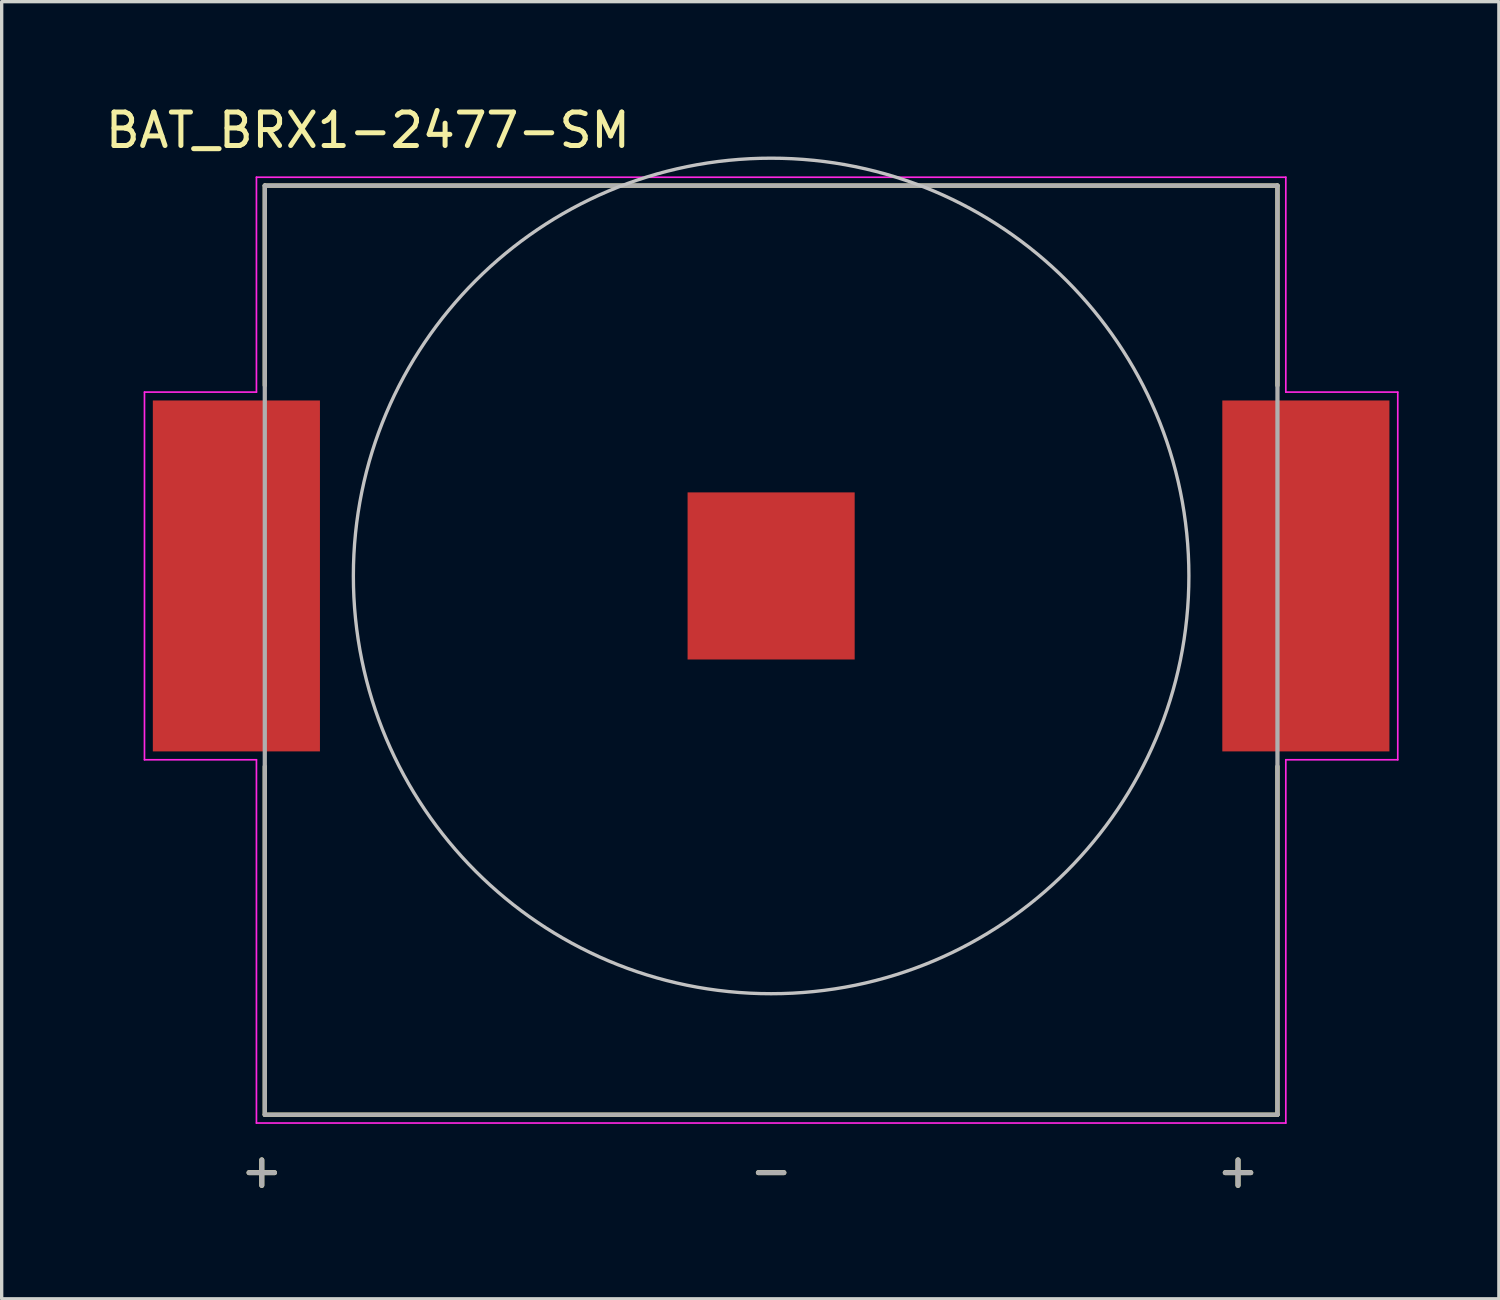
<source format=kicad_pcb>
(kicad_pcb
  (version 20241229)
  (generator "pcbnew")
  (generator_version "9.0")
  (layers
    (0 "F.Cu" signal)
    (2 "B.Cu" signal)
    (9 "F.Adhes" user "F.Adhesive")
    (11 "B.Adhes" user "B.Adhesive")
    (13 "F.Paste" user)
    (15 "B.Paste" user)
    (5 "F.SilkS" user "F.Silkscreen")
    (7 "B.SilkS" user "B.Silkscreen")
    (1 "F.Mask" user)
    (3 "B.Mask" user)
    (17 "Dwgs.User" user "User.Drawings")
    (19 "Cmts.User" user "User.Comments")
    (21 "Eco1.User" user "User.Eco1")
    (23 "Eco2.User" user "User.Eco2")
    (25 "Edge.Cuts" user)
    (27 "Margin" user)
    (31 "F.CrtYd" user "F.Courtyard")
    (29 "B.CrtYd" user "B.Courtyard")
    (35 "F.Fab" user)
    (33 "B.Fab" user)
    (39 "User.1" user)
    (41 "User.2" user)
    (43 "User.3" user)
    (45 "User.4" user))
  (footprint "BAT_BRX1-2477-SM"
    (layer "F.Cu")
    (at 20.023 14.183)
    (property "Reference" "BAT_BRX1-2477-SM" (at -12.065 -13.335 0) (layer "F.SilkS") (effects (font (size 1 1) (thickness 0.15))))
    (attr smd)
    (fp_line (start -15.15 -11.68) (end -15.15 -5.7) (stroke (width 0.127) (type solid)) (layer "F.SilkS"))
    (fp_line (start -15.15 5.7) (end -15.15 16.12) (stroke (width 0.127) (type solid)) (layer "F.SilkS"))
    (fp_line (start -15.15 16.12) (end 15.15 16.12) (stroke (width 0.127) (type solid)) (layer "F.SilkS"))
    (fp_line (start 15.15 -11.68) (end -15.15 -11.68) (stroke (width 0.127) (type solid)) (layer "F.SilkS"))
    (fp_line (start 15.15 -5.7) (end 15.15 -11.68) (stroke (width 0.127) (type solid)) (layer "F.SilkS"))
    (fp_line (start 15.15 16.12) (end 15.15 5.7) (stroke (width 0.127) (type solid)) (layer "F.SilkS"))
    (fp_circle (center 0 0) (end 12.5 0) (stroke (width 0.1) (type default)) (fill no) (layer "Dwgs.User"))
    (fp_line (start -18.75 -5.5) (end -15.4 -5.5) (stroke (width 0.05) (type solid)) (layer "F.CrtYd"))
    (fp_line (start -18.75 5.5) (end -18.75 -5.5) (stroke (width 0.05) (type solid)) (layer "F.CrtYd"))
    (fp_line (start -15.4 -11.93) (end 15.4 -11.93) (stroke (width 0.05) (type solid)) (layer "F.CrtYd"))
    (fp_line (start -15.4 -5.5) (end -15.4 -11.93) (stroke (width 0.05) (type solid)) (layer "F.CrtYd"))
    (fp_line (start -15.4 5.5) (end -18.75 5.5) (stroke (width 0.05) (type solid)) (layer "F.CrtYd"))
    (fp_line (start -15.4 16.37) (end -15.4 5.5) (stroke (width 0.05) (type solid)) (layer "F.CrtYd"))
    (fp_line (start 15.4 -11.93) (end 15.4 -5.5) (stroke (width 0.05) (type solid)) (layer "F.CrtYd"))
    (fp_line (start 15.4 -5.5) (end 18.75 -5.5) (stroke (width 0.05) (type solid)) (layer "F.CrtYd"))
    (fp_line (start 15.4 5.5) (end 15.4 16.37) (stroke (width 0.05) (type solid)) (layer "F.CrtYd"))
    (fp_line (start 15.4 16.37) (end -15.4 16.37) (stroke (width 0.05) (type solid)) (layer "F.CrtYd"))
    (fp_line (start 18.75 -5.5) (end 18.75 5.5) (stroke (width 0.05) (type solid)) (layer "F.CrtYd"))
    (fp_line (start 18.75 5.5) (end 15.4 5.5) (stroke (width 0.05) (type solid)) (layer "F.CrtYd"))
    (fp_line (start -15.15 -11.68) (end -15.15 16.12) (stroke (width 0.127) (type solid)) (layer "F.Fab"))
    (fp_line (start -15.15 16.12) (end 15.15 16.12) (stroke (width 0.127) (type solid)) (layer "F.Fab"))
    (fp_line (start 15.15 -11.68) (end -15.15 -11.68) (stroke (width 0.127) (type solid)) (layer "F.Fab"))
    (fp_line (start 15.15 16.12) (end 15.15 -11.68) (stroke (width 0.127) (type solid)) (layer "F.Fab"))
    (fp_text user "-" (at 0 17.78 0) (layer "F.SilkS") (effects (font (size 1 1) (thickness 0.15))))
    (fp_text user "+" (at 13.97 17.78 0) (layer "F.SilkS") (effects (font (size 1 1) (thickness 0.15))))
    (fp_text user "+" (at -15.24 17.78 0) (layer "F.SilkS") (effects (font (size 1 1) (thickness 0.15))))
    (fp_text user "+" (at 13.97 17.78 0) (layer "F.Fab") (effects (font (size 1 1) (thickness 0.15))))
    (fp_text user "+" (at -15.24 17.78 0) (layer "F.Fab") (effects (font (size 1 1) (thickness 0.15))))
    (fp_text user "-" (at 0 17.78 0) (layer "F.Fab") (effects (font (size 1 1) (thickness 0.15))))
    (pad "-" smd rect (at 0 0) (size 5 5) (layers "F.Cu" "F.Mask"))
    (pad "1+" smd rect (at -16 0) (size 5 10.5) (layers "F.Cu" "F.Mask" "F.Paste"))
    (pad "2+" smd rect (at 16 0) (size 5 10.5) (layers "F.Cu" "F.Mask" "F.Paste")))
  (gr_rect
    (start -3 -3)
    (end 41.798 35.812)
    (stroke (width 0.1) (type default))
    (fill no)
    (layer "Edge.Cuts")))
</source>
